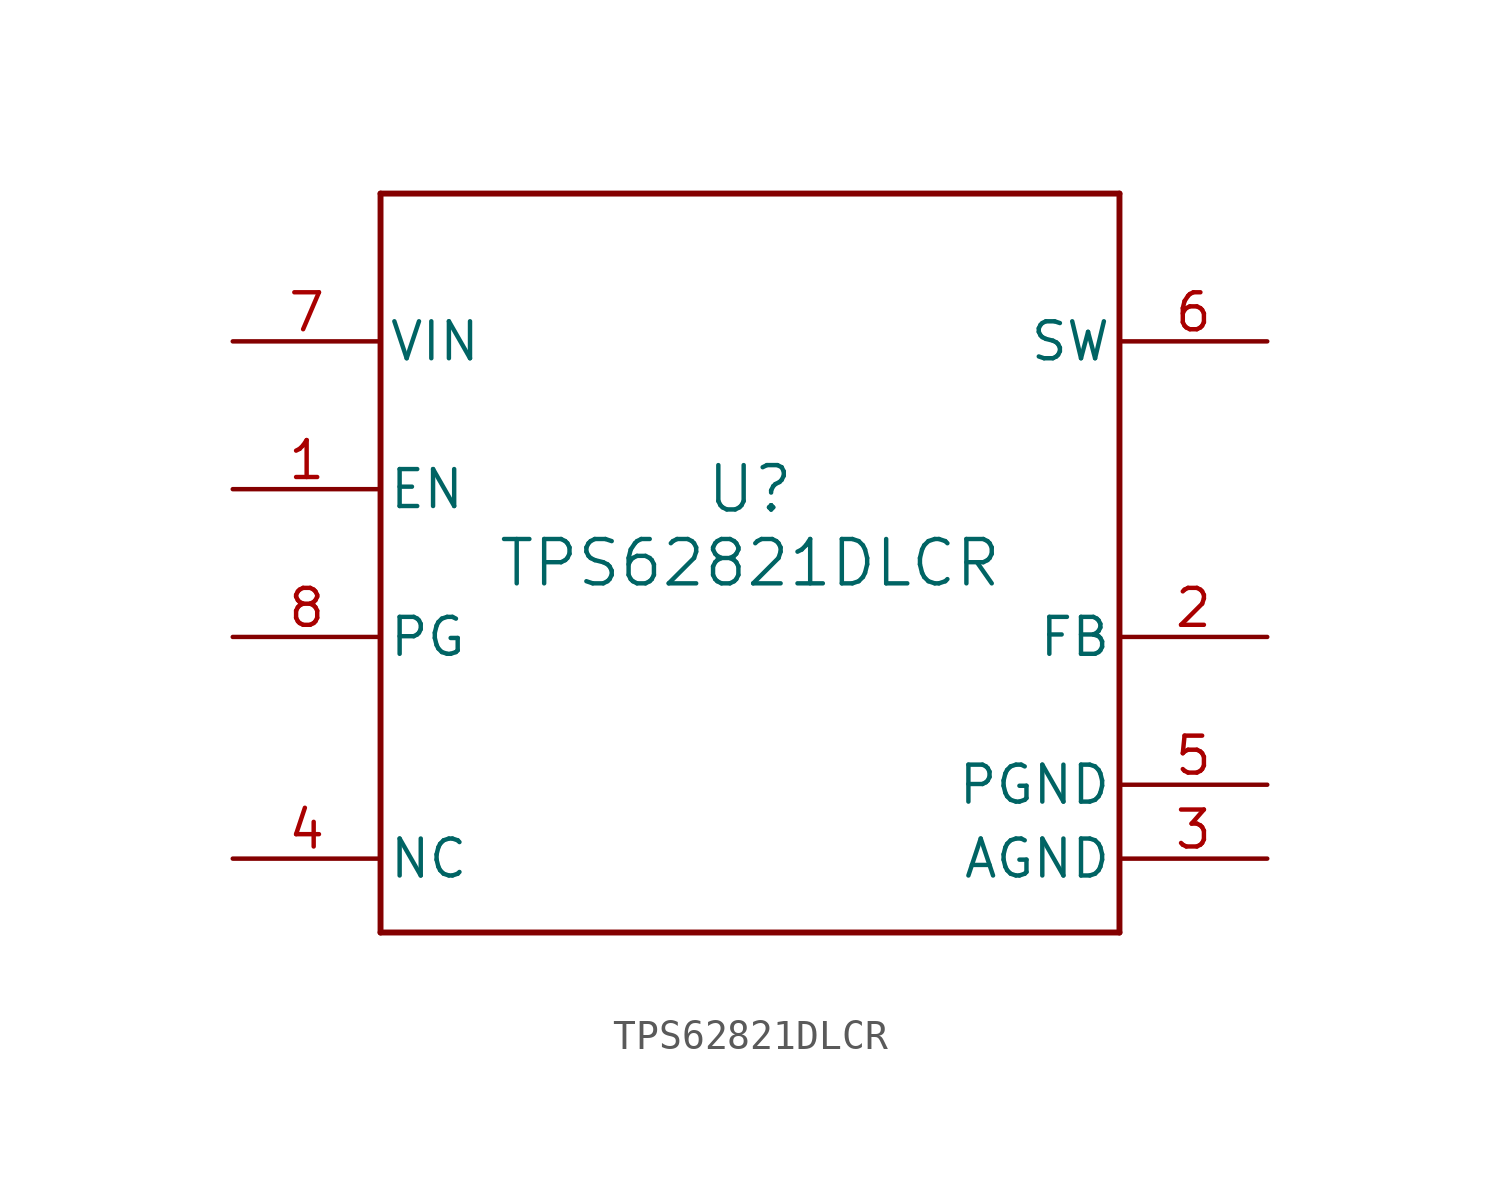
<source format=kicad_sym>
(kicad_symbol_lib
  (version 20231120)
  (generator "kicad_symbol_editor")
  (generator_version "8.0")
  (symbol "TPS62821DLCR"
    (pin_names
      (offset 0.254))
    (property "Reference" "U"
      (at 0 2.54 0)
      (effects (font (size 1.524 1.524))))
    (property "Value" "TPS62821DLCR"
      (at 0 0 0)
      (effects (font (size 1.524 1.524))))
    (property "ki_locked" ""
      (at 0 0 0)
      (effects (font (size 1.27 1.27))))
    (symbol "TPS62821DLCR_0_1"
      (polyline (pts (xy -12.7 -12.7) (xy 12.7 -12.7)) (stroke (width 0.203) (type default)) (fill (type none)))
      (polyline (pts (xy -12.7 12.7) (xy -12.7 -12.7)) (stroke (width 0.203) (type default)) (fill (type none)))
      (polyline (pts (xy 12.7 -12.7) (xy 12.7 12.7)) (stroke (width 0.203) (type default)) (fill (type none)))
      (polyline (pts (xy 12.7 12.7) (xy -12.7 12.7)) (stroke (width 0.203) (type default)) (fill (type none)))
      (pin input line (at -17.78 2.54 0) (length 5.08) (name "EN" (effects (font (size 1.27 1.27)))) (number "1" (effects (font (size 1.27 1.27)))))
      (pin input line (at 17.78 -2.54 180) (length 5.08) (name "FB" (effects (font (size 1.27 1.27)))) (number "2" (effects (font (size 1.27 1.27)))))
      (pin power_in line (at 17.78 -10.16 180) (length 5.08) (name "AGND" (effects (font (size 1.27 1.27)))) (number "3" (effects (font (size 1.27 1.27)))))
      (pin unspecified line (at -17.78 -10.16 0) (length 5.08) (name "NC" (effects (font (size 1.27 1.27)))) (number "4" (effects (font (size 1.27 1.27)))))
      (pin power_in line (at 17.78 -7.62 180) (length 5.08) (name "PGND" (effects (font (size 1.27 1.27)))) (number "5" (effects (font (size 1.27 1.27)))))
      (pin power_in line (at 17.78 7.62 180) (length 5.08) (name "SW" (effects (font (size 1.27 1.27)))) (number "6" (effects (font (size 1.27 1.27)))))
      (pin power_in line (at -17.78 7.62 0) (length 5.08) (name "VIN" (effects (font (size 1.27 1.27)))) (number "7" (effects (font (size 1.27 1.27)))))
      (pin output line (at -17.78 -2.54 0) (length 5.08) (name "PG" (effects (font (size 1.27 1.27)))) (number "8" (effects (font (size 1.27 1.27))))))))
</source>
